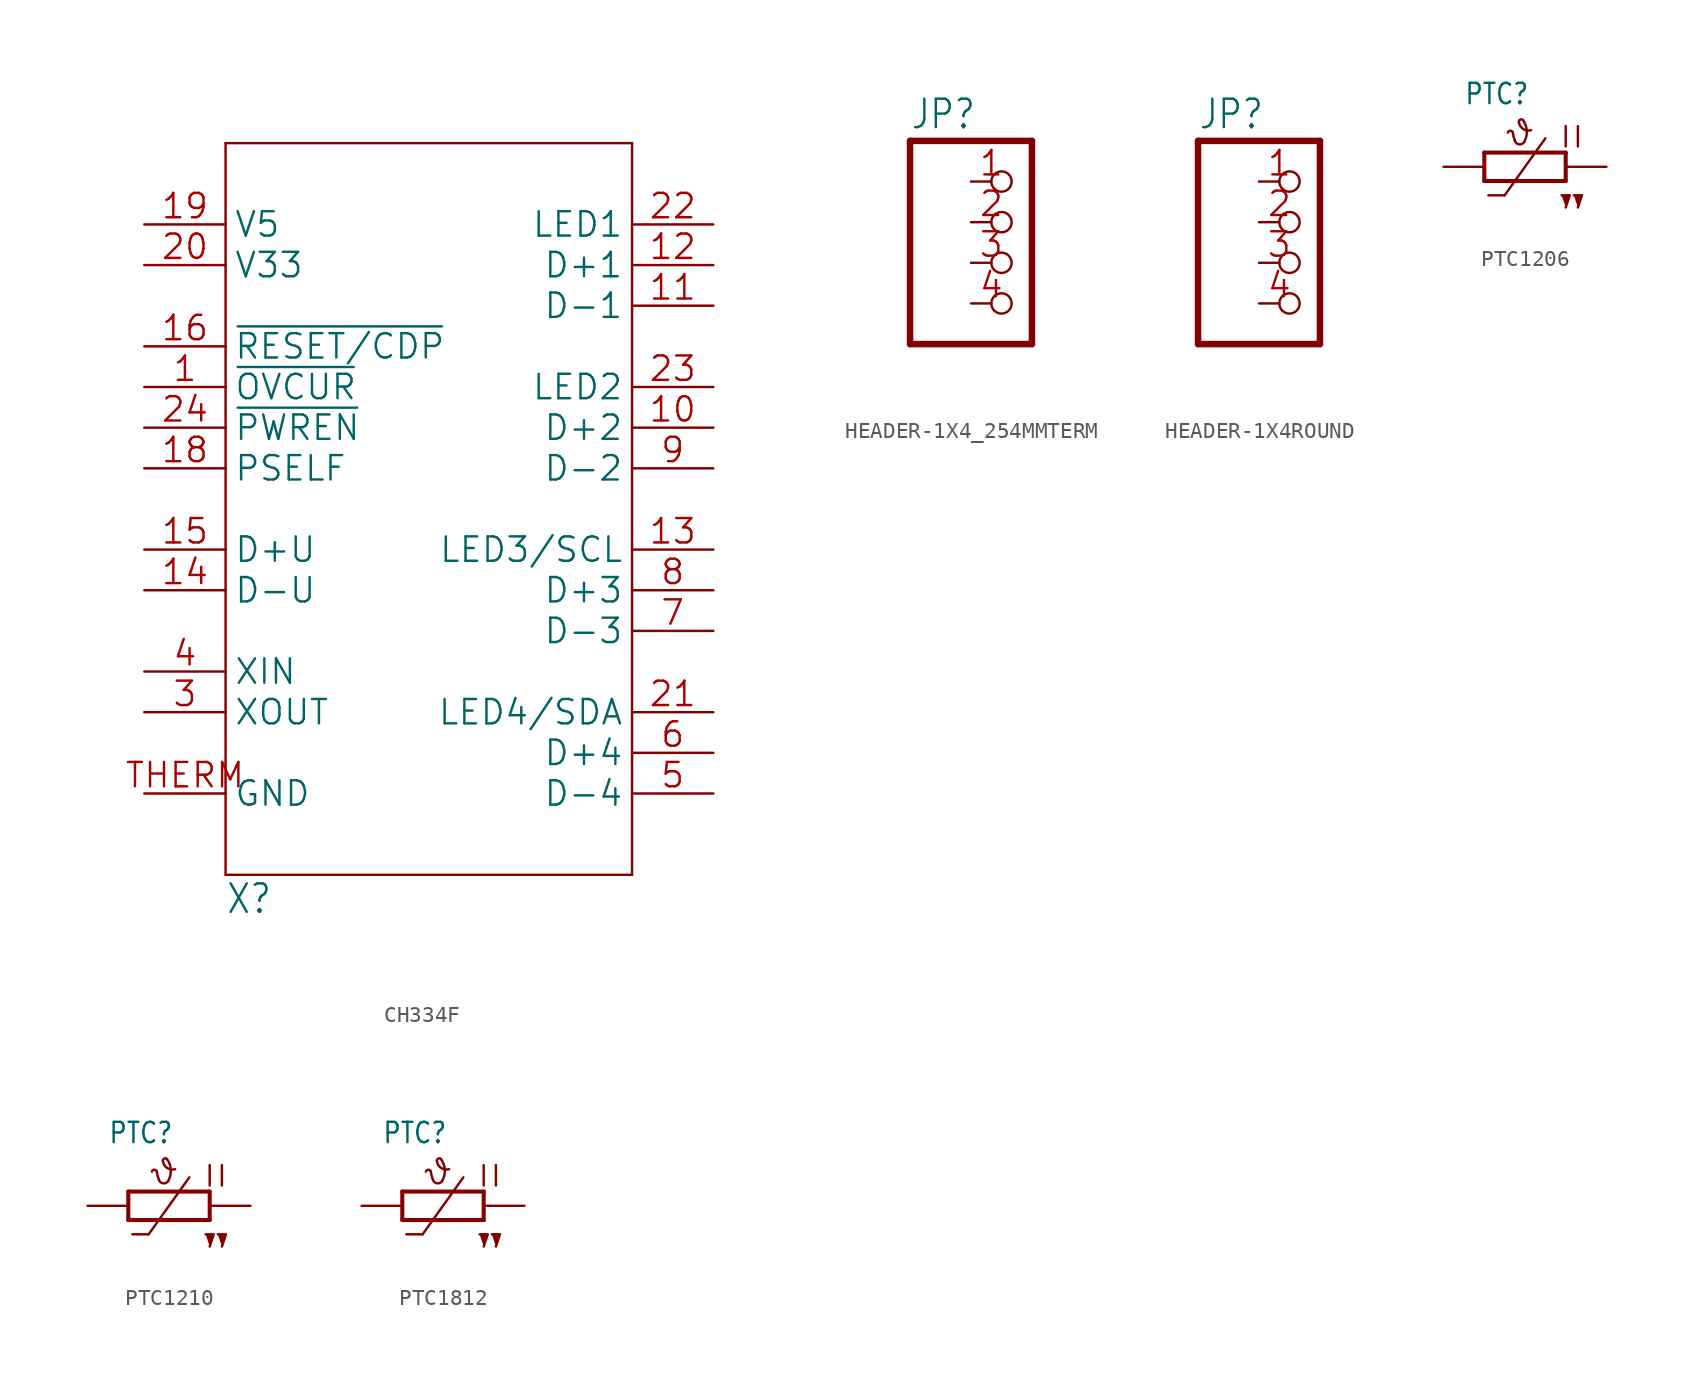
<source format=kicad_sym>
(kicad_symbol_lib
  (version 20241209)
  (generator "kicad_symbol_editor")
  (generator_version "9.0")
  (symbol "CH334F"
    (property "Reference" "X"
      (at -12.7 -25.4 0)
      (effects (font (size 1.778 1.511)) (justify left bottom)))
    (property "Value" ""
      (at 5.08 -25.4 0)
      (effects (font (size 1.778 1.511)) (justify left bottom)))
    (property "ki_locked" ""
      (at 0 0 0)
      (effects (font (size 1.27 1.27))))
    (symbol "CH334F_1_0"
      (polyline (pts (xy -12.7 22.86) (xy -12.7 -22.86)) (stroke (width 0.152) (type solid)) (fill (type none)))
      (polyline (pts (xy -12.7 -22.86) (xy 12.7 -22.86)) (stroke (width 0.152) (type solid)) (fill (type none)))
      (polyline (pts (xy 12.7 22.86) (xy -12.7 22.86)) (stroke (width 0.152) (type solid)) (fill (type none)))
      (polyline (pts (xy 12.7 -22.86) (xy 12.7 22.86)) (stroke (width 0.152) (type solid)) (fill (type none)))
      (pin power_in line (at -17.78 17.78 0) (length 5.08) (name "V5" (effects (font (size 1.524 1.524)))) (number "19" (effects (font (size 1.524 1.524)))))
      (pin power_in line (at -17.78 15.24 0) (length 5.08) (name "V33" (effects (font (size 1.524 1.524)))) (number "20" (effects (font (size 1.524 1.524)))))
      (pin input line (at -17.78 10.16 0) (length 5.08) (name "~{RESET/CDP}" (effects (font (size 1.524 1.524)))) (number "16" (effects (font (size 1.524 1.524)))))
      (pin input line (at -17.78 7.62 0) (length 5.08) (name "~{OVCUR}" (effects (font (size 1.524 1.524)))) (number "1" (effects (font (size 1.524 1.524)))))
      (pin output line (at -17.78 5.08 0) (length 5.08) (name "~{PWREN}" (effects (font (size 1.524 1.524)))) (number "24" (effects (font (size 1.524 1.524)))))
      (pin input line (at -17.78 2.54 0) (length 5.08) (name "PSELF" (effects (font (size 1.524 1.524)))) (number "18" (effects (font (size 1.524 1.524)))))
      (pin bidirectional line (at -17.78 -2.54 0) (length 5.08) (name "D+U" (effects (font (size 1.524 1.524)))) (number "15" (effects (font (size 1.524 1.524)))))
      (pin bidirectional line (at -17.78 -5.08 0) (length 5.08) (name "D-U" (effects (font (size 1.524 1.524)))) (number "14" (effects (font (size 1.524 1.524)))))
      (pin input line (at -17.78 -10.16 0) (length 5.08) (name "XIN" (effects (font (size 1.524 1.524)))) (number "4" (effects (font (size 1.524 1.524)))))
      (pin output line (at -17.78 -12.7 0) (length 5.08) (name "XOUT" (effects (font (size 1.524 1.524)))) (number "3" (effects (font (size 1.524 1.524)))))
      (pin power_in line (at -17.78 -17.78 0) (length 5.08) (name "GND" (effects (font (size 1.524 1.524)))) (number "THERM" (effects (font (size 1.524 1.524)))))
      (pin bidirectional line (at 17.78 17.78 180) (length 5.08) (name "LED1" (effects (font (size 1.524 1.524)))) (number "22" (effects (font (size 1.524 1.524)))))
      (pin bidirectional line (at 17.78 15.24 180) (length 5.08) (name "D+1" (effects (font (size 1.524 1.524)))) (number "12" (effects (font (size 1.524 1.524)))))
      (pin bidirectional line (at 17.78 12.7 180) (length 5.08) (name "D-1" (effects (font (size 1.524 1.524)))) (number "11" (effects (font (size 1.524 1.524)))))
      (pin bidirectional line (at 17.78 7.62 180) (length 5.08) (name "LED2" (effects (font (size 1.524 1.524)))) (number "23" (effects (font (size 1.524 1.524)))))
      (pin bidirectional line (at 17.78 5.08 180) (length 5.08) (name "D+2" (effects (font (size 1.524 1.524)))) (number "10" (effects (font (size 1.524 1.524)))))
      (pin bidirectional line (at 17.78 2.54 180) (length 5.08) (name "D-2" (effects (font (size 1.524 1.524)))) (number "9" (effects (font (size 1.524 1.524)))))
      (pin bidirectional line (at 17.78 -2.54 180) (length 5.08) (name "LED3/SCL" (effects (font (size 1.524 1.524)))) (number "13" (effects (font (size 1.524 1.524)))))
      (pin bidirectional line (at 17.78 -5.08 180) (length 5.08) (name "D+3" (effects (font (size 1.524 1.524)))) (number "8" (effects (font (size 1.524 1.524)))))
      (pin bidirectional line (at 17.78 -7.62 180) (length 5.08) (name "D-3" (effects (font (size 1.524 1.524)))) (number "7" (effects (font (size 1.524 1.524)))))
      (pin bidirectional line (at 17.78 -12.7 180) (length 5.08) (name "LED4/SDA" (effects (font (size 1.524 1.524)))) (number "21" (effects (font (size 1.524 1.524)))))
      (pin bidirectional line (at 17.78 -15.24 180) (length 5.08) (name "D+4" (effects (font (size 1.524 1.524)))) (number "6" (effects (font (size 1.524 1.524)))))
      (pin bidirectional line (at 17.78 -17.78 180) (length 5.08) (name "D-4" (effects (font (size 1.524 1.524)))) (number "5" (effects (font (size 1.524 1.524)))))))
  (symbol "HEADER-1X4_254MMTERM"
    (property "Reference" "JP"
      (at -6.35 8.255 0)
      (effects (font (size 1.778 1.511)) (justify left bottom)))
    (property "Value" ""
      (at -6.35 -7.62 0)
      (effects (font (size 1.778 1.511)) (justify left bottom)))
    (property "ki_locked" ""
      (at 0 0 0)
      (effects (font (size 1.27 1.27))))
    (symbol "HEADER-1X4_254MMTERM_1_0"
      (polyline (pts (xy -6.35 7.62) (xy -6.35 -5.08)) (stroke (width 0.406) (type solid)) (fill (type none)))
      (polyline (pts (xy -6.35 -5.08) (xy 1.27 -5.08)) (stroke (width 0.406) (type solid)) (fill (type none)))
      (polyline (pts (xy 1.27 7.62) (xy -6.35 7.62)) (stroke (width 0.406) (type solid)) (fill (type none)))
      (polyline (pts (xy 1.27 -5.08) (xy 1.27 7.62)) (stroke (width 0.406) (type solid)) (fill (type none)))
      (pin passive inverted (at -2.54 5.08 0) (length 2.54) (name "1" (effects (font (size 0 0)))) (number "1" (effects (font (size 1.524 1.524)))))
      (pin passive inverted (at -2.54 2.54 0) (length 2.54) (name "2" (effects (font (size 0 0)))) (number "2" (effects (font (size 1.524 1.524)))))
      (pin passive inverted (at -2.54 0 0) (length 2.54) (name "3" (effects (font (size 0 0)))) (number "3" (effects (font (size 1.524 1.524)))))
      (pin passive inverted (at -2.54 -2.54 0) (length 2.54) (name "4" (effects (font (size 0 0)))) (number "4" (effects (font (size 1.524 1.524)))))))
  (symbol "HEADER-1X4ROUND"
    (property "Reference" "JP"
      (at -6.35 8.255 0)
      (effects (font (size 1.778 1.511)) (justify left bottom)))
    (property "Value" ""
      (at -6.35 -7.62 0)
      (effects (font (size 1.778 1.511)) (justify left bottom)))
    (property "ki_locked" ""
      (at 0 0 0)
      (effects (font (size 1.27 1.27))))
    (symbol "HEADER-1X4ROUND_1_0"
      (polyline (pts (xy -6.35 7.62) (xy -6.35 -5.08)) (stroke (width 0.406) (type solid)) (fill (type none)))
      (polyline (pts (xy -6.35 -5.08) (xy 1.27 -5.08)) (stroke (width 0.406) (type solid)) (fill (type none)))
      (polyline (pts (xy 1.27 7.62) (xy -6.35 7.62)) (stroke (width 0.406) (type solid)) (fill (type none)))
      (polyline (pts (xy 1.27 -5.08) (xy 1.27 7.62)) (stroke (width 0.406) (type solid)) (fill (type none)))
      (pin passive inverted (at -2.54 5.08 0) (length 2.54) (name "1" (effects (font (size 0 0)))) (number "1" (effects (font (size 1.524 1.524)))))
      (pin passive inverted (at -2.54 2.54 0) (length 2.54) (name "2" (effects (font (size 0 0)))) (number "2" (effects (font (size 1.524 1.524)))))
      (pin passive inverted (at -2.54 0 0) (length 2.54) (name "3" (effects (font (size 0 0)))) (number "3" (effects (font (size 1.524 1.524)))))
      (pin passive inverted (at -2.54 -2.54 0) (length 2.54) (name "4" (effects (font (size 0 0)))) (number "4" (effects (font (size 1.524 1.524)))))))
  (symbol "PTC1206"
    (property "Reference" "PTC"
      (at -3.81 3.81 0)
      (effects (font (size 1.27 1.079)) (justify left bottom)))
    (property "Value" ""
      (at -3.81 -3.81 0)
      (effects (font (size 1.27 1.079)) (justify left bottom)))
    (property "ki_locked" ""
      (at 0 0 0)
      (effects (font (size 1.27 1.27))))
    (symbol "PTC1206_1_0"
      (polyline (pts (xy -2.54 0.889) (xy -2.54 -0.889)) (stroke (width 0.254) (type solid)) (fill (type none)))
      (polyline (pts (xy -2.54 -0.889) (xy 2.54 -0.889)) (stroke (width 0.254) (type solid)) (fill (type none)))
      (polyline (pts (xy -1.27 -1.778) (xy -2.286 -1.778)) (stroke (width 0.152) (type solid)) (fill (type none)))
      (arc (start -0.1271 2.9209) (mid 0.1132 2.2464) (end -0.0508 1.5494) (stroke (width 0.1524) (type solid)) (fill (type none)))
      (arc (start -1.0668 2.1336) (mid -0.9236 2.2564) (end -0.762 2.159) (stroke (width 0.1524) (type solid)) (fill (type none)))
      (arc (start -0.0508 1.5494) (mid -0.3771 1.4038) (end -0.635 1.651) (stroke (width 0.1524) (type solid)) (fill (type none)))
      (arc (start -0.3809 2.7938) (mid -0.2982 2.9458) (end -0.127 2.921) (stroke (width 0.1524) (type solid)) (fill (type none)))
      (arc (start 0.3808 2.2859) (mid -0.1188 2.362) (end -0.381 2.794) (stroke (width 0.1524) (type solid)) (fill (type none)))
      (arc (start -0.635 1.651) (mid -0.7166 1.9005) (end -0.762 2.159) (stroke (width 0.1524) (type solid)) (fill (type none)))
      (polyline (pts (xy 1.27 1.778) (xy -1.27 -1.778)) (stroke (width 0.152) (type solid)) (fill (type none)))
      (polyline (pts (xy 2.54 2.54) (xy 2.54 1.27)) (stroke (width 0.152) (type solid)) (fill (type none)))
      (polyline (pts (xy 2.54 0.889) (xy -2.54 0.889)) (stroke (width 0.254) (type solid)) (fill (type none)))
      (polyline (pts (xy 2.54 0.889) (xy 2.54 -0.889)) (stroke (width 0.254) (type solid)) (fill (type none)))
      (polyline (pts (xy 2.54 -2.54) (xy 2.794 -1.778) (xy 2.286 -1.778)) (stroke (width 0.152) (type solid)) (fill (type outline)))
      (polyline (pts (xy 3.302 2.54) (xy 3.302 1.27)) (stroke (width 0.152) (type solid)) (fill (type none)))
      (polyline (pts (xy 3.302 -2.54) (xy 3.556 -1.778) (xy 3.048 -1.778)) (stroke (width 0.152) (type solid)) (fill (type outline)))
      (pin passive line (at -5.08 0 0) (length 2.54) (name "2" (effects (font (size 0 0)))) (number "2" (effects (font (size 0 0)))))
      (pin passive line (at 5.08 0 180) (length 2.54) (name "1" (effects (font (size 0 0)))) (number "1" (effects (font (size 0 0)))))))
  (symbol "PTC1210"
    (property "Reference" "PTC"
      (at -3.81 3.81 0)
      (effects (font (size 1.27 1.079)) (justify left bottom)))
    (property "Value" ""
      (at -3.81 -3.81 0)
      (effects (font (size 1.27 1.079)) (justify left bottom)))
    (property "ki_locked" ""
      (at 0 0 0)
      (effects (font (size 1.27 1.27))))
    (symbol "PTC1210_1_0"
      (polyline (pts (xy -2.54 0.889) (xy -2.54 -0.889)) (stroke (width 0.254) (type solid)) (fill (type none)))
      (polyline (pts (xy -2.54 -0.889) (xy 2.54 -0.889)) (stroke (width 0.254) (type solid)) (fill (type none)))
      (polyline (pts (xy -1.27 -1.778) (xy -2.286 -1.778)) (stroke (width 0.152) (type solid)) (fill (type none)))
      (arc (start -0.1271 2.9209) (mid 0.1132 2.2464) (end -0.0508 1.5494) (stroke (width 0.1524) (type solid)) (fill (type none)))
      (arc (start -1.0668 2.1336) (mid -0.9236 2.2564) (end -0.762 2.159) (stroke (width 0.1524) (type solid)) (fill (type none)))
      (arc (start -0.0508 1.5494) (mid -0.3771 1.4038) (end -0.635 1.651) (stroke (width 0.1524) (type solid)) (fill (type none)))
      (arc (start -0.3809 2.7938) (mid -0.2982 2.9458) (end -0.127 2.921) (stroke (width 0.1524) (type solid)) (fill (type none)))
      (arc (start 0.3808 2.2859) (mid -0.1188 2.362) (end -0.381 2.794) (stroke (width 0.1524) (type solid)) (fill (type none)))
      (arc (start -0.635 1.651) (mid -0.7166 1.9005) (end -0.762 2.159) (stroke (width 0.1524) (type solid)) (fill (type none)))
      (polyline (pts (xy 1.27 1.778) (xy -1.27 -1.778)) (stroke (width 0.152) (type solid)) (fill (type none)))
      (polyline (pts (xy 2.54 2.54) (xy 2.54 1.27)) (stroke (width 0.152) (type solid)) (fill (type none)))
      (polyline (pts (xy 2.54 0.889) (xy -2.54 0.889)) (stroke (width 0.254) (type solid)) (fill (type none)))
      (polyline (pts (xy 2.54 0.889) (xy 2.54 -0.889)) (stroke (width 0.254) (type solid)) (fill (type none)))
      (polyline (pts (xy 2.54 -2.54) (xy 2.794 -1.778) (xy 2.286 -1.778)) (stroke (width 0.152) (type solid)) (fill (type outline)))
      (polyline (pts (xy 3.302 2.54) (xy 3.302 1.27)) (stroke (width 0.152) (type solid)) (fill (type none)))
      (polyline (pts (xy 3.302 -2.54) (xy 3.556 -1.778) (xy 3.048 -1.778)) (stroke (width 0.152) (type solid)) (fill (type outline)))
      (pin passive line (at -5.08 0 0) (length 2.54) (name "2" (effects (font (size 0 0)))) (number "P$2" (effects (font (size 0 0)))))
      (pin passive line (at 5.08 0 180) (length 2.54) (name "1" (effects (font (size 0 0)))) (number "P$1" (effects (font (size 0 0)))))))
  (symbol "PTC1812"
    (property "Reference" "PTC"
      (at -3.81 3.81 0)
      (effects (font (size 1.27 1.079)) (justify left bottom)))
    (property "Value" ""
      (at -3.81 -3.81 0)
      (effects (font (size 1.27 1.079)) (justify left bottom)))
    (property "ki_locked" ""
      (at 0 0 0)
      (effects (font (size 1.27 1.27))))
    (symbol "PTC1812_1_0"
      (polyline (pts (xy -2.54 0.889) (xy -2.54 -0.889)) (stroke (width 0.254) (type solid)) (fill (type none)))
      (polyline (pts (xy -2.54 -0.889) (xy 2.54 -0.889)) (stroke (width 0.254) (type solid)) (fill (type none)))
      (polyline (pts (xy -1.27 -1.778) (xy -2.286 -1.778)) (stroke (width 0.152) (type solid)) (fill (type none)))
      (arc (start -0.1271 2.9209) (mid 0.1132 2.2464) (end -0.0508 1.5494) (stroke (width 0.1524) (type solid)) (fill (type none)))
      (arc (start -1.0668 2.1336) (mid -0.9236 2.2564) (end -0.762 2.159) (stroke (width 0.1524) (type solid)) (fill (type none)))
      (arc (start -0.0508 1.5494) (mid -0.3771 1.4038) (end -0.635 1.651) (stroke (width 0.1524) (type solid)) (fill (type none)))
      (arc (start -0.3809 2.7938) (mid -0.2982 2.9458) (end -0.127 2.921) (stroke (width 0.1524) (type solid)) (fill (type none)))
      (arc (start 0.3808 2.2859) (mid -0.1188 2.362) (end -0.381 2.794) (stroke (width 0.1524) (type solid)) (fill (type none)))
      (arc (start -0.635 1.651) (mid -0.7166 1.9005) (end -0.762 2.159) (stroke (width 0.1524) (type solid)) (fill (type none)))
      (polyline (pts (xy 1.27 1.778) (xy -1.27 -1.778)) (stroke (width 0.152) (type solid)) (fill (type none)))
      (polyline (pts (xy 2.54 2.54) (xy 2.54 1.27)) (stroke (width 0.152) (type solid)) (fill (type none)))
      (polyline (pts (xy 2.54 0.889) (xy -2.54 0.889)) (stroke (width 0.254) (type solid)) (fill (type none)))
      (polyline (pts (xy 2.54 0.889) (xy 2.54 -0.889)) (stroke (width 0.254) (type solid)) (fill (type none)))
      (polyline (pts (xy 2.54 -2.54) (xy 2.794 -1.778) (xy 2.286 -1.778)) (stroke (width 0.152) (type solid)) (fill (type outline)))
      (polyline (pts (xy 3.302 2.54) (xy 3.302 1.27)) (stroke (width 0.152) (type solid)) (fill (type none)))
      (polyline (pts (xy 3.302 -2.54) (xy 3.556 -1.778) (xy 3.048 -1.778)) (stroke (width 0.152) (type solid)) (fill (type outline)))
      (pin passive line (at -5.08 0 0) (length 2.54) (name "2" (effects (font (size 0 0)))) (number "P$2" (effects (font (size 0 0)))))
      (pin passive line (at 5.08 0 180) (length 2.54) (name "1" (effects (font (size 0 0)))) (number "P$1" (effects (font (size 0 0))))))))
</source>
